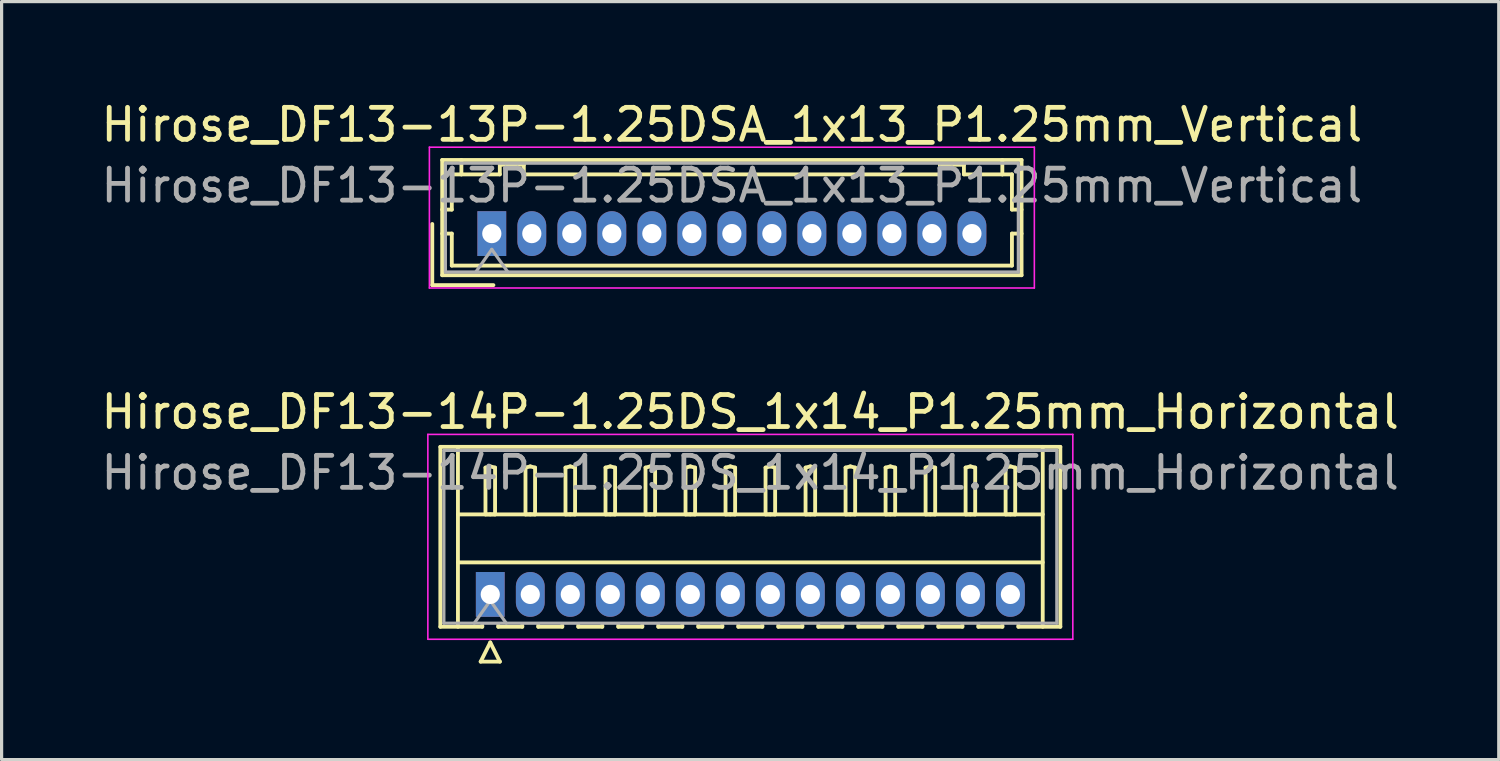
<source format=kicad_pcb>
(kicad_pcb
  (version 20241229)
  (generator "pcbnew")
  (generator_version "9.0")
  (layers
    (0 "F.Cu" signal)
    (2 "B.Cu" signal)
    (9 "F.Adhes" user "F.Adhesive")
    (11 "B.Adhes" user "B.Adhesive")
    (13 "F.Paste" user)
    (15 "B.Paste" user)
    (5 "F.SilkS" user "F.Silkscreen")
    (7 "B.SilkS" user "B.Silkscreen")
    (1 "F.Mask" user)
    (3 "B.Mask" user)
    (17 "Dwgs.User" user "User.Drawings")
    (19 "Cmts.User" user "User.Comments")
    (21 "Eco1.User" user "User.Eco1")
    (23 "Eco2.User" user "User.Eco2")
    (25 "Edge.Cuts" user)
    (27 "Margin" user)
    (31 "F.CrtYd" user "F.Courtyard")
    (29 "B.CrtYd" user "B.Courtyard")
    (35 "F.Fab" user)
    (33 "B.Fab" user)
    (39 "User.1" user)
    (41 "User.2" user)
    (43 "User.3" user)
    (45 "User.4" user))
  (footprint "Hirose_DF13-14P-1.25DS_1x14_P1.25mm_Horizontal"
    (layer "F.Cu")
    (at 12.267 15.521)
    (property "Reference" "Hirose_DF13-14P-1.25DS_1x14_P1.25mm_Horizontal" (at 8.12 -5.7 0) (layer "F.SilkS") (effects (font (size 1 1) (thickness 0.15))))
    (attr through_hole)
    (fp_line (start -1.56 -4.61) (end 17.81 -4.61) (stroke (width 0.12) (type solid)) (layer "F.SilkS"))
    (fp_line (start -1.56 1.01) (end -1.56 -4.61) (stroke (width 0.12) (type solid)) (layer "F.SilkS"))
    (fp_line (start -1.01 -4.61) (end -1.01 1.01) (stroke (width 0.12) (type solid)) (layer "F.SilkS"))
    (fp_line (start -1.01 -2.5) (end 17.26 -2.5) (stroke (width 0.12) (type solid)) (layer "F.SilkS"))
    (fp_line (start -1.01 -1) (end 17.26 -1) (stroke (width 0.12) (type solid)) (layer "F.SilkS"))
    (fp_line (start -0.3 2.1) (end 0.3 2.1) (stroke (width 0.12) (type solid)) (layer "F.SilkS"))
    (fp_line (start -0.25 0.96) (end -0.25 1.01) (stroke (width 0.12) (type solid)) (layer "F.SilkS"))
    (fp_line (start -0.25 1.01) (end -1.56 1.01) (stroke (width 0.12) (type solid)) (layer "F.SilkS"))
    (fp_line (start -0.15 -3.962) (end 0 -4) (stroke (width 0.12) (type solid)) (layer "F.SilkS"))
    (fp_line (start -0.15 -2.5) (end -0.15 -3.962) (stroke (width 0.12) (type solid)) (layer "F.SilkS"))
    (fp_line (start 0 -4) (end 0.15 -3.962) (stroke (width 0.12) (type solid)) (layer "F.SilkS"))
    (fp_line (start 0 -2.5) (end -0.15 -2.5) (stroke (width 0.12) (type solid)) (layer "F.SilkS"))
    (fp_line (start 0 1.5) (end -0.3 2.1) (stroke (width 0.12) (type solid)) (layer "F.SilkS"))
    (fp_line (start 0.15 -3.962) (end 0.15 -2.5) (stroke (width 0.12) (type solid)) (layer "F.SilkS"))
    (fp_line (start 0.15 -2.5) (end 0 -2.5) (stroke (width 0.12) (type solid)) (layer "F.SilkS"))
    (fp_line (start 0.25 0.96) (end 0.25 1.01) (stroke (width 0.12) (type solid)) (layer "F.SilkS"))
    (fp_line (start 0.25 1.01) (end 1 1.01) (stroke (width 0.12) (type solid)) (layer "F.SilkS"))
    (fp_line (start 0.3 2.1) (end 0 1.5) (stroke (width 0.12) (type solid)) (layer "F.SilkS"))
    (fp_line (start 1 1.01) (end 1 0.96) (stroke (width 0.12) (type solid)) (layer "F.SilkS"))
    (fp_line (start 1.1 -3.962) (end 1.25 -4) (stroke (width 0.12) (type solid)) (layer "F.SilkS"))
    (fp_line (start 1.1 -2.5) (end 1.1 -3.962) (stroke (width 0.12) (type solid)) (layer "F.SilkS"))
    (fp_line (start 1.25 -4) (end 1.4 -3.962) (stroke (width 0.12) (type solid)) (layer "F.SilkS"))
    (fp_line (start 1.25 -2.5) (end 1.1 -2.5) (stroke (width 0.12) (type solid)) (layer "F.SilkS"))
    (fp_line (start 1.4 -3.962) (end 1.4 -2.5) (stroke (width 0.12) (type solid)) (layer "F.SilkS"))
    (fp_line (start 1.4 -2.5) (end 1.25 -2.5) (stroke (width 0.12) (type solid)) (layer "F.SilkS"))
    (fp_line (start 1.5 0.96) (end 1.5 1.01) (stroke (width 0.12) (type solid)) (layer "F.SilkS"))
    (fp_line (start 1.5 1.01) (end 2.25 1.01) (stroke (width 0.12) (type solid)) (layer "F.SilkS"))
    (fp_line (start 2.25 1.01) (end 2.25 0.96) (stroke (width 0.12) (type solid)) (layer "F.SilkS"))
    (fp_line (start 2.35 -3.962) (end 2.5 -4) (stroke (width 0.12) (type solid)) (layer "F.SilkS"))
    (fp_line (start 2.35 -2.5) (end 2.35 -3.962) (stroke (width 0.12) (type solid)) (layer "F.SilkS"))
    (fp_line (start 2.5 -4) (end 2.65 -3.962) (stroke (width 0.12) (type solid)) (layer "F.SilkS"))
    (fp_line (start 2.5 -2.5) (end 2.35 -2.5) (stroke (width 0.12) (type solid)) (layer "F.SilkS"))
    (fp_line (start 2.65 -3.962) (end 2.65 -2.5) (stroke (width 0.12) (type solid)) (layer "F.SilkS"))
    (fp_line (start 2.65 -2.5) (end 2.5 -2.5) (stroke (width 0.12) (type solid)) (layer "F.SilkS"))
    (fp_line (start 2.75 0.96) (end 2.75 1.01) (stroke (width 0.12) (type solid)) (layer "F.SilkS"))
    (fp_line (start 2.75 1.01) (end 3.5 1.01) (stroke (width 0.12) (type solid)) (layer "F.SilkS"))
    (fp_line (start 3.5 1.01) (end 3.5 0.96) (stroke (width 0.12) (type solid)) (layer "F.SilkS"))
    (fp_line (start 3.6 -3.962) (end 3.75 -4) (stroke (width 0.12) (type solid)) (layer "F.SilkS"))
    (fp_line (start 3.6 -2.5) (end 3.6 -3.962) (stroke (width 0.12) (type solid)) (layer "F.SilkS"))
    (fp_line (start 3.75 -4) (end 3.9 -3.962) (stroke (width 0.12) (type solid)) (layer "F.SilkS"))
    (fp_line (start 3.75 -2.5) (end 3.6 -2.5) (stroke (width 0.12) (type solid)) (layer "F.SilkS"))
    (fp_line (start 3.9 -3.962) (end 3.9 -2.5) (stroke (width 0.12) (type solid)) (layer "F.SilkS"))
    (fp_line (start 3.9 -2.5) (end 3.75 -2.5) (stroke (width 0.12) (type solid)) (layer "F.SilkS"))
    (fp_line (start 4 0.96) (end 4 1.01) (stroke (width 0.12) (type solid)) (layer "F.SilkS"))
    (fp_line (start 4 1.01) (end 4.75 1.01) (stroke (width 0.12) (type solid)) (layer "F.SilkS"))
    (fp_line (start 4.75 1.01) (end 4.75 0.96) (stroke (width 0.12) (type solid)) (layer "F.SilkS"))
    (fp_line (start 4.85 -3.962) (end 5 -4) (stroke (width 0.12) (type solid)) (layer "F.SilkS"))
    (fp_line (start 4.85 -2.5) (end 4.85 -3.962) (stroke (width 0.12) (type solid)) (layer "F.SilkS"))
    (fp_line (start 5 -4) (end 5.15 -3.962) (stroke (width 0.12) (type solid)) (layer "F.SilkS"))
    (fp_line (start 5 -2.5) (end 4.85 -2.5) (stroke (width 0.12) (type solid)) (layer "F.SilkS"))
    (fp_line (start 5.15 -3.962) (end 5.15 -2.5) (stroke (width 0.12) (type solid)) (layer "F.SilkS"))
    (fp_line (start 5.15 -2.5) (end 5 -2.5) (stroke (width 0.12) (type solid)) (layer "F.SilkS"))
    (fp_line (start 5.25 0.96) (end 5.25 1.01) (stroke (width 0.12) (type solid)) (layer "F.SilkS"))
    (fp_line (start 5.25 1.01) (end 6 1.01) (stroke (width 0.12) (type solid)) (layer "F.SilkS"))
    (fp_line (start 6 1.01) (end 6 0.96) (stroke (width 0.12) (type solid)) (layer "F.SilkS"))
    (fp_line (start 6.1 -3.962) (end 6.25 -4) (stroke (width 0.12) (type solid)) (layer "F.SilkS"))
    (fp_line (start 6.1 -2.5) (end 6.1 -3.962) (stroke (width 0.12) (type solid)) (layer "F.SilkS"))
    (fp_line (start 6.25 -4) (end 6.4 -3.962) (stroke (width 0.12) (type solid)) (layer "F.SilkS"))
    (fp_line (start 6.25 -2.5) (end 6.1 -2.5) (stroke (width 0.12) (type solid)) (layer "F.SilkS"))
    (fp_line (start 6.4 -3.962) (end 6.4 -2.5) (stroke (width 0.12) (type solid)) (layer "F.SilkS"))
    (fp_line (start 6.4 -2.5) (end 6.25 -2.5) (stroke (width 0.12) (type solid)) (layer "F.SilkS"))
    (fp_line (start 6.5 0.96) (end 6.5 1.01) (stroke (width 0.12) (type solid)) (layer "F.SilkS"))
    (fp_line (start 6.5 1.01) (end 7.25 1.01) (stroke (width 0.12) (type solid)) (layer "F.SilkS"))
    (fp_line (start 7.25 1.01) (end 7.25 0.96) (stroke (width 0.12) (type solid)) (layer "F.SilkS"))
    (fp_line (start 7.35 -3.962) (end 7.5 -4) (stroke (width 0.12) (type solid)) (layer "F.SilkS"))
    (fp_line (start 7.35 -2.5) (end 7.35 -3.962) (stroke (width 0.12) (type solid)) (layer "F.SilkS"))
    (fp_line (start 7.5 -4) (end 7.65 -3.962) (stroke (width 0.12) (type solid)) (layer "F.SilkS"))
    (fp_line (start 7.5 -2.5) (end 7.35 -2.5) (stroke (width 0.12) (type solid)) (layer "F.SilkS"))
    (fp_line (start 7.65 -3.962) (end 7.65 -2.5) (stroke (width 0.12) (type solid)) (layer "F.SilkS"))
    (fp_line (start 7.65 -2.5) (end 7.5 -2.5) (stroke (width 0.12) (type solid)) (layer "F.SilkS"))
    (fp_line (start 7.75 0.96) (end 7.75 1.01) (stroke (width 0.12) (type solid)) (layer "F.SilkS"))
    (fp_line (start 7.75 1.01) (end 8.5 1.01) (stroke (width 0.12) (type solid)) (layer "F.SilkS"))
    (fp_line (start 8.5 1.01) (end 8.5 0.96) (stroke (width 0.12) (type solid)) (layer "F.SilkS"))
    (fp_line (start 8.6 -3.962) (end 8.75 -4) (stroke (width 0.12) (type solid)) (layer "F.SilkS"))
    (fp_line (start 8.6 -2.5) (end 8.6 -3.962) (stroke (width 0.12) (type solid)) (layer "F.SilkS"))
    (fp_line (start 8.75 -4) (end 8.9 -3.962) (stroke (width 0.12) (type solid)) (layer "F.SilkS"))
    (fp_line (start 8.75 -2.5) (end 8.6 -2.5) (stroke (width 0.12) (type solid)) (layer "F.SilkS"))
    (fp_line (start 8.9 -3.962) (end 8.9 -2.5) (stroke (width 0.12) (type solid)) (layer "F.SilkS"))
    (fp_line (start 8.9 -2.5) (end 8.75 -2.5) (stroke (width 0.12) (type solid)) (layer "F.SilkS"))
    (fp_line (start 9 0.96) (end 9 1.01) (stroke (width 0.12) (type solid)) (layer "F.SilkS"))
    (fp_line (start 9 1.01) (end 9.75 1.01) (stroke (width 0.12) (type solid)) (layer "F.SilkS"))
    (fp_line (start 9.75 1.01) (end 9.75 0.96) (stroke (width 0.12) (type solid)) (layer "F.SilkS"))
    (fp_line (start 9.85 -3.962) (end 10 -4) (stroke (width 0.12) (type solid)) (layer "F.SilkS"))
    (fp_line (start 9.85 -2.5) (end 9.85 -3.962) (stroke (width 0.12) (type solid)) (layer "F.SilkS"))
    (fp_line (start 10 -4) (end 10.15 -3.962) (stroke (width 0.12) (type solid)) (layer "F.SilkS"))
    (fp_line (start 10 -2.5) (end 9.85 -2.5) (stroke (width 0.12) (type solid)) (layer "F.SilkS"))
    (fp_line (start 10.15 -3.962) (end 10.15 -2.5) (stroke (width 0.12) (type solid)) (layer "F.SilkS"))
    (fp_line (start 10.15 -2.5) (end 10 -2.5) (stroke (width 0.12) (type solid)) (layer "F.SilkS"))
    (fp_line (start 10.25 0.96) (end 10.25 1.01) (stroke (width 0.12) (type solid)) (layer "F.SilkS"))
    (fp_line (start 10.25 1.01) (end 11 1.01) (stroke (width 0.12) (type solid)) (layer "F.SilkS"))
    (fp_line (start 11 1.01) (end 11 0.96) (stroke (width 0.12) (type solid)) (layer "F.SilkS"))
    (fp_line (start 11.1 -3.962) (end 11.25 -4) (stroke (width 0.12) (type solid)) (layer "F.SilkS"))
    (fp_line (start 11.1 -2.5) (end 11.1 -3.962) (stroke (width 0.12) (type solid)) (layer "F.SilkS"))
    (fp_line (start 11.25 -4) (end 11.4 -3.962) (stroke (width 0.12) (type solid)) (layer "F.SilkS"))
    (fp_line (start 11.25 -2.5) (end 11.1 -2.5) (stroke (width 0.12) (type solid)) (layer "F.SilkS"))
    (fp_line (start 11.4 -3.962) (end 11.4 -2.5) (stroke (width 0.12) (type solid)) (layer "F.SilkS"))
    (fp_line (start 11.4 -2.5) (end 11.25 -2.5) (stroke (width 0.12) (type solid)) (layer "F.SilkS"))
    (fp_line (start 11.5 0.96) (end 11.5 1.01) (stroke (width 0.12) (type solid)) (layer "F.SilkS"))
    (fp_line (start 11.5 1.01) (end 12.25 1.01) (stroke (width 0.12) (type solid)) (layer "F.SilkS"))
    (fp_line (start 12.25 1.01) (end 12.25 0.96) (stroke (width 0.12) (type solid)) (layer "F.SilkS"))
    (fp_line (start 12.35 -3.962) (end 12.5 -4) (stroke (width 0.12) (type solid)) (layer "F.SilkS"))
    (fp_line (start 12.35 -2.5) (end 12.35 -3.962) (stroke (width 0.12) (type solid)) (layer "F.SilkS"))
    (fp_line (start 12.5 -4) (end 12.65 -3.962) (stroke (width 0.12) (type solid)) (layer "F.SilkS"))
    (fp_line (start 12.5 -2.5) (end 12.35 -2.5) (stroke (width 0.12) (type solid)) (layer "F.SilkS"))
    (fp_line (start 12.65 -3.962) (end 12.65 -2.5) (stroke (width 0.12) (type solid)) (layer "F.SilkS"))
    (fp_line (start 12.65 -2.5) (end 12.5 -2.5) (stroke (width 0.12) (type solid)) (layer "F.SilkS"))
    (fp_line (start 12.75 0.96) (end 12.75 1.01) (stroke (width 0.12) (type solid)) (layer "F.SilkS"))
    (fp_line (start 12.75 1.01) (end 13.5 1.01) (stroke (width 0.12) (type solid)) (layer "F.SilkS"))
    (fp_line (start 13.5 1.01) (end 13.5 0.96) (stroke (width 0.12) (type solid)) (layer "F.SilkS"))
    (fp_line (start 13.6 -3.962) (end 13.75 -4) (stroke (width 0.12) (type solid)) (layer "F.SilkS"))
    (fp_line (start 13.6 -2.5) (end 13.6 -3.962) (stroke (width 0.12) (type solid)) (layer "F.SilkS"))
    (fp_line (start 13.75 -4) (end 13.9 -3.962) (stroke (width 0.12) (type solid)) (layer "F.SilkS"))
    (fp_line (start 13.75 -2.5) (end 13.6 -2.5) (stroke (width 0.12) (type solid)) (layer "F.SilkS"))
    (fp_line (start 13.9 -3.962) (end 13.9 -2.5) (stroke (width 0.12) (type solid)) (layer "F.SilkS"))
    (fp_line (start 13.9 -2.5) (end 13.75 -2.5) (stroke (width 0.12) (type solid)) (layer "F.SilkS"))
    (fp_line (start 14 0.96) (end 14 1.01) (stroke (width 0.12) (type solid)) (layer "F.SilkS"))
    (fp_line (start 14 1.01) (end 14.75 1.01) (stroke (width 0.12) (type solid)) (layer "F.SilkS"))
    (fp_line (start 14.75 1.01) (end 14.75 0.96) (stroke (width 0.12) (type solid)) (layer "F.SilkS"))
    (fp_line (start 14.85 -3.962) (end 15 -4) (stroke (width 0.12) (type solid)) (layer "F.SilkS"))
    (fp_line (start 14.85 -2.5) (end 14.85 -3.962) (stroke (width 0.12) (type solid)) (layer "F.SilkS"))
    (fp_line (start 15 -4) (end 15.15 -3.962) (stroke (width 0.12) (type solid)) (layer "F.SilkS"))
    (fp_line (start 15 -2.5) (end 14.85 -2.5) (stroke (width 0.12) (type solid)) (layer "F.SilkS"))
    (fp_line (start 15.15 -3.962) (end 15.15 -2.5) (stroke (width 0.12) (type solid)) (layer "F.SilkS"))
    (fp_line (start 15.15 -2.5) (end 15 -2.5) (stroke (width 0.12) (type solid)) (layer "F.SilkS"))
    (fp_line (start 15.25 0.96) (end 15.25 1.01) (stroke (width 0.12) (type solid)) (layer "F.SilkS"))
    (fp_line (start 15.25 1.01) (end 16 1.01) (stroke (width 0.12) (type solid)) (layer "F.SilkS"))
    (fp_line (start 16 1.01) (end 16 0.96) (stroke (width 0.12) (type solid)) (layer "F.SilkS"))
    (fp_line (start 16.1 -3.962) (end 16.25 -4) (stroke (width 0.12) (type solid)) (layer "F.SilkS"))
    (fp_line (start 16.1 -2.5) (end 16.1 -3.962) (stroke (width 0.12) (type solid)) (layer "F.SilkS"))
    (fp_line (start 16.25 -4) (end 16.4 -3.962) (stroke (width 0.12) (type solid)) (layer "F.SilkS"))
    (fp_line (start 16.25 -2.5) (end 16.1 -2.5) (stroke (width 0.12) (type solid)) (layer "F.SilkS"))
    (fp_line (start 16.4 -3.962) (end 16.4 -2.5) (stroke (width 0.12) (type solid)) (layer "F.SilkS"))
    (fp_line (start 16.4 -2.5) (end 16.25 -2.5) (stroke (width 0.12) (type solid)) (layer "F.SilkS"))
    (fp_line (start 16.5 1.01) (end 16.5 0.96) (stroke (width 0.12) (type solid)) (layer "F.SilkS"))
    (fp_line (start 17.26 -4.61) (end 17.26 1.01) (stroke (width 0.12) (type solid)) (layer "F.SilkS"))
    (fp_line (start 17.81 -4.61) (end 17.81 1.01) (stroke (width 0.12) (type solid)) (layer "F.SilkS"))
    (fp_line (start 17.81 1.01) (end 16.5 1.01) (stroke (width 0.12) (type solid)) (layer "F.SilkS"))
    (fp_line (start -1.95 -5) (end -1.95 1.4) (stroke (width 0.05) (type solid)) (layer "F.CrtYd"))
    (fp_line (start -1.95 1.4) (end 18.2 1.4) (stroke (width 0.05) (type solid)) (layer "F.CrtYd"))
    (fp_line (start 18.2 -5) (end -1.95 -5) (stroke (width 0.05) (type solid)) (layer "F.CrtYd"))
    (fp_line (start 18.2 1.4) (end 18.2 -5) (stroke (width 0.05) (type solid)) (layer "F.CrtYd"))
    (fp_line (start -1.45 -4.5) (end -1.45 0.9) (stroke (width 0.1) (type solid)) (layer "F.Fab"))
    (fp_line (start -1.45 0.9) (end 17.7 0.9) (stroke (width 0.1) (type solid)) (layer "F.Fab"))
    (fp_line (start -0.5 0.9) (end 0 0.193) (stroke (width 0.1) (type solid)) (layer "F.Fab"))
    (fp_line (start 0 0.193) (end 0.5 0.9) (stroke (width 0.1) (type solid)) (layer "F.Fab"))
    (fp_line (start 17.7 -4.5) (end -1.45 -4.5) (stroke (width 0.1) (type solid)) (layer "F.Fab"))
    (fp_line (start 17.7 0.9) (end 17.7 -4.5) (stroke (width 0.1) (type solid)) (layer "F.Fab"))
    (fp_text user "${REFERENCE}" (at 8.12 -3.8 0) (layer "F.Fab") (effects (font (size 1 1) (thickness 0.15))))
    (pad "1" thru_hole rect (at 0 0) (size 0.9 1.4) (drill 0.6) (layers "*.Cu" "*.Mask"))
    (pad "2" thru_hole oval (at 1.25 0) (size 0.9 1.4) (drill 0.6) (layers "*.Cu" "*.Mask"))
    (pad "3" thru_hole oval (at 2.5 0) (size 0.9 1.4) (drill 0.6) (layers "*.Cu" "*.Mask"))
    (pad "4" thru_hole oval (at 3.75 0) (size 0.9 1.4) (drill 0.6) (layers "*.Cu" "*.Mask"))
    (pad "5" thru_hole oval (at 5 0) (size 0.9 1.4) (drill 0.6) (layers "*.Cu" "*.Mask"))
    (pad "6" thru_hole oval (at 6.25 0) (size 0.9 1.4) (drill 0.6) (layers "*.Cu" "*.Mask"))
    (pad "7" thru_hole oval (at 7.5 0) (size 0.9 1.4) (drill 0.6) (layers "*.Cu" "*.Mask"))
    (pad "8" thru_hole oval (at 8.75 0) (size 0.9 1.4) (drill 0.6) (layers "*.Cu" "*.Mask"))
    (pad "9" thru_hole oval (at 10 0) (size 0.9 1.4) (drill 0.6) (layers "*.Cu" "*.Mask"))
    (pad "10" thru_hole oval (at 11.25 0) (size 0.9 1.4) (drill 0.6) (layers "*.Cu" "*.Mask"))
    (pad "11" thru_hole oval (at 12.5 0) (size 0.9 1.4) (drill 0.6) (layers "*.Cu" "*.Mask"))
    (pad "12" thru_hole oval (at 13.75 0) (size 0.9 1.4) (drill 0.6) (layers "*.Cu" "*.Mask"))
    (pad "13" thru_hole oval (at 15 0) (size 0.9 1.4) (drill 0.6) (layers "*.Cu" "*.Mask"))
    (pad "14" thru_hole oval (at 16.25 0) (size 0.9 1.4) (drill 0.6) (layers "*.Cu" "*.Mask")))
  (footprint "Hirose_DF13-13P-1.25DSA_1x13_P1.25mm_Vertical"
    (layer "F.Cu")
    (at 12.315 4.248)
    (property "Reference" "Hirose_DF13-13P-1.25DSA_1x13_P1.25mm_Vertical" (at 7.5 -3.4 0) (layer "F.SilkS") (effects (font (size 1 1) (thickness 0.15))))
    (attr through_hole)
    (fp_line (start -1.86 -0.3) (end -1.86 1.61) (stroke (width 0.12) (type solid)) (layer "F.SilkS"))
    (fp_line (start -1.86 1.61) (end 0.05 1.61) (stroke (width 0.12) (type solid)) (layer "F.SilkS"))
    (fp_line (start -1.55 -2.3) (end -1.55 1.3) (stroke (width 0.12) (type solid)) (layer "F.SilkS"))
    (fp_line (start -1.55 -0.75) (end -1.25 -0.75) (stroke (width 0.12) (type solid)) (layer "F.SilkS"))
    (fp_line (start -1.55 0) (end -1.25 0) (stroke (width 0.12) (type solid)) (layer "F.SilkS"))
    (fp_line (start -1.55 1.3) (end 16.55 1.3) (stroke (width 0.12) (type solid)) (layer "F.SilkS"))
    (fp_line (start -1.25 -1.85) (end -0.95 -1.85) (stroke (width 0.12) (type solid)) (layer "F.SilkS"))
    (fp_line (start -1.25 -0.75) (end -1.25 -1.85) (stroke (width 0.12) (type solid)) (layer "F.SilkS"))
    (fp_line (start -1.25 0) (end -1.25 1) (stroke (width 0.12) (type solid)) (layer "F.SilkS"))
    (fp_line (start -1.25 1) (end 16.25 1) (stroke (width 0.12) (type solid)) (layer "F.SilkS"))
    (fp_line (start -0.95 -1.85) (end -0.95 -2.3) (stroke (width 0.12) (type solid)) (layer "F.SilkS"))
    (fp_line (start -0.95 -1.85) (end 0.25 -1.85) (stroke (width 0.12) (type solid)) (layer "F.SilkS"))
    (fp_line (start 0.25 -2.15) (end 1 -2.15) (stroke (width 0.12) (type solid)) (layer "F.SilkS"))
    (fp_line (start 0.25 -1.85) (end 0.25 -2.15) (stroke (width 0.12) (type solid)) (layer "F.SilkS"))
    (fp_line (start 1 -2.15) (end 1 -1.85) (stroke (width 0.12) (type solid)) (layer "F.SilkS"))
    (fp_line (start 1 -1.85) (end 14 -1.85) (stroke (width 0.12) (type solid)) (layer "F.SilkS"))
    (fp_line (start 14 -2.15) (end 14.75 -2.15) (stroke (width 0.12) (type solid)) (layer "F.SilkS"))
    (fp_line (start 14 -1.85) (end 14 -2.15) (stroke (width 0.12) (type solid)) (layer "F.SilkS"))
    (fp_line (start 14.75 -2.15) (end 14.75 -1.85) (stroke (width 0.12) (type solid)) (layer "F.SilkS"))
    (fp_line (start 14.75 -1.85) (end 15.95 -1.85) (stroke (width 0.12) (type solid)) (layer "F.SilkS"))
    (fp_line (start 15.95 -1.85) (end 15.95 -2.3) (stroke (width 0.12) (type solid)) (layer "F.SilkS"))
    (fp_line (start 16.25 -1.85) (end 15.95 -1.85) (stroke (width 0.12) (type solid)) (layer "F.SilkS"))
    (fp_line (start 16.25 -0.75) (end 16.25 -1.85) (stroke (width 0.12) (type solid)) (layer "F.SilkS"))
    (fp_line (start 16.25 0) (end 16.55 0) (stroke (width 0.12) (type solid)) (layer "F.SilkS"))
    (fp_line (start 16.25 1) (end 16.25 0) (stroke (width 0.12) (type solid)) (layer "F.SilkS"))
    (fp_line (start 16.55 -2.3) (end -1.55 -2.3) (stroke (width 0.12) (type solid)) (layer "F.SilkS"))
    (fp_line (start 16.55 -0.75) (end 16.25 -0.75) (stroke (width 0.12) (type solid)) (layer "F.SilkS"))
    (fp_line (start 16.55 1.3) (end 16.55 -2.3) (stroke (width 0.12) (type solid)) (layer "F.SilkS"))
    (fp_line (start -1.95 -2.7) (end -1.95 1.7) (stroke (width 0.05) (type solid)) (layer "F.CrtYd"))
    (fp_line (start -1.95 1.7) (end 16.95 1.7) (stroke (width 0.05) (type solid)) (layer "F.CrtYd"))
    (fp_line (start 16.95 -2.7) (end -1.95 -2.7) (stroke (width 0.05) (type solid)) (layer "F.CrtYd"))
    (fp_line (start 16.95 1.7) (end 16.95 -2.7) (stroke (width 0.05) (type solid)) (layer "F.CrtYd"))
    (fp_line (start -1.45 -2.2) (end -1.45 1.2) (stroke (width 0.1) (type solid)) (layer "F.Fab"))
    (fp_line (start -1.45 1.2) (end 16.45 1.2) (stroke (width 0.1) (type solid)) (layer "F.Fab"))
    (fp_line (start -0.5 1.2) (end 0 0.493) (stroke (width 0.1) (type solid)) (layer "F.Fab"))
    (fp_line (start 0 0.493) (end 0.5 1.2) (stroke (width 0.1) (type solid)) (layer "F.Fab"))
    (fp_line (start 16.45 -2.2) (end -1.45 -2.2) (stroke (width 0.1) (type solid)) (layer "F.Fab"))
    (fp_line (start 16.45 1.2) (end 16.45 -2.2) (stroke (width 0.1) (type solid)) (layer "F.Fab"))
    (fp_text user "${REFERENCE}" (at 7.5 -1.5 0) (layer "F.Fab") (effects (font (size 1 1) (thickness 0.15))))
    (pad "1" thru_hole rect (at 0 0) (size 0.9 1.4) (drill 0.6) (layers "*.Cu" "*.Mask"))
    (pad "2" thru_hole oval (at 1.25 0) (size 0.9 1.4) (drill 0.6) (layers "*.Cu" "*.Mask"))
    (pad "3" thru_hole oval (at 2.5 0) (size 0.9 1.4) (drill 0.6) (layers "*.Cu" "*.Mask"))
    (pad "4" thru_hole oval (at 3.75 0) (size 0.9 1.4) (drill 0.6) (layers "*.Cu" "*.Mask"))
    (pad "5" thru_hole oval (at 5 0) (size 0.9 1.4) (drill 0.6) (layers "*.Cu" "*.Mask"))
    (pad "6" thru_hole oval (at 6.25 0) (size 0.9 1.4) (drill 0.6) (layers "*.Cu" "*.Mask"))
    (pad "7" thru_hole oval (at 7.5 0) (size 0.9 1.4) (drill 0.6) (layers "*.Cu" "*.Mask"))
    (pad "8" thru_hole oval (at 8.75 0) (size 0.9 1.4) (drill 0.6) (layers "*.Cu" "*.Mask"))
    (pad "9" thru_hole oval (at 10 0) (size 0.9 1.4) (drill 0.6) (layers "*.Cu" "*.Mask"))
    (pad "10" thru_hole oval (at 11.25 0) (size 0.9 1.4) (drill 0.6) (layers "*.Cu" "*.Mask"))
    (pad "11" thru_hole oval (at 12.5 0) (size 0.9 1.4) (drill 0.6) (layers "*.Cu" "*.Mask"))
    (pad "12" thru_hole oval (at 13.75 0) (size 0.9 1.4) (drill 0.6) (layers "*.Cu" "*.Mask"))
    (pad "13" thru_hole oval (at 15 0) (size 0.9 1.4) (drill 0.6) (layers "*.Cu" "*.Mask")))
  (gr_rect
    (start -3 -3)
    (end 43.774 20.681)
    (stroke (width 0.1) (type default))
    (fill no)
    (layer "Edge.Cuts")))
</source>
